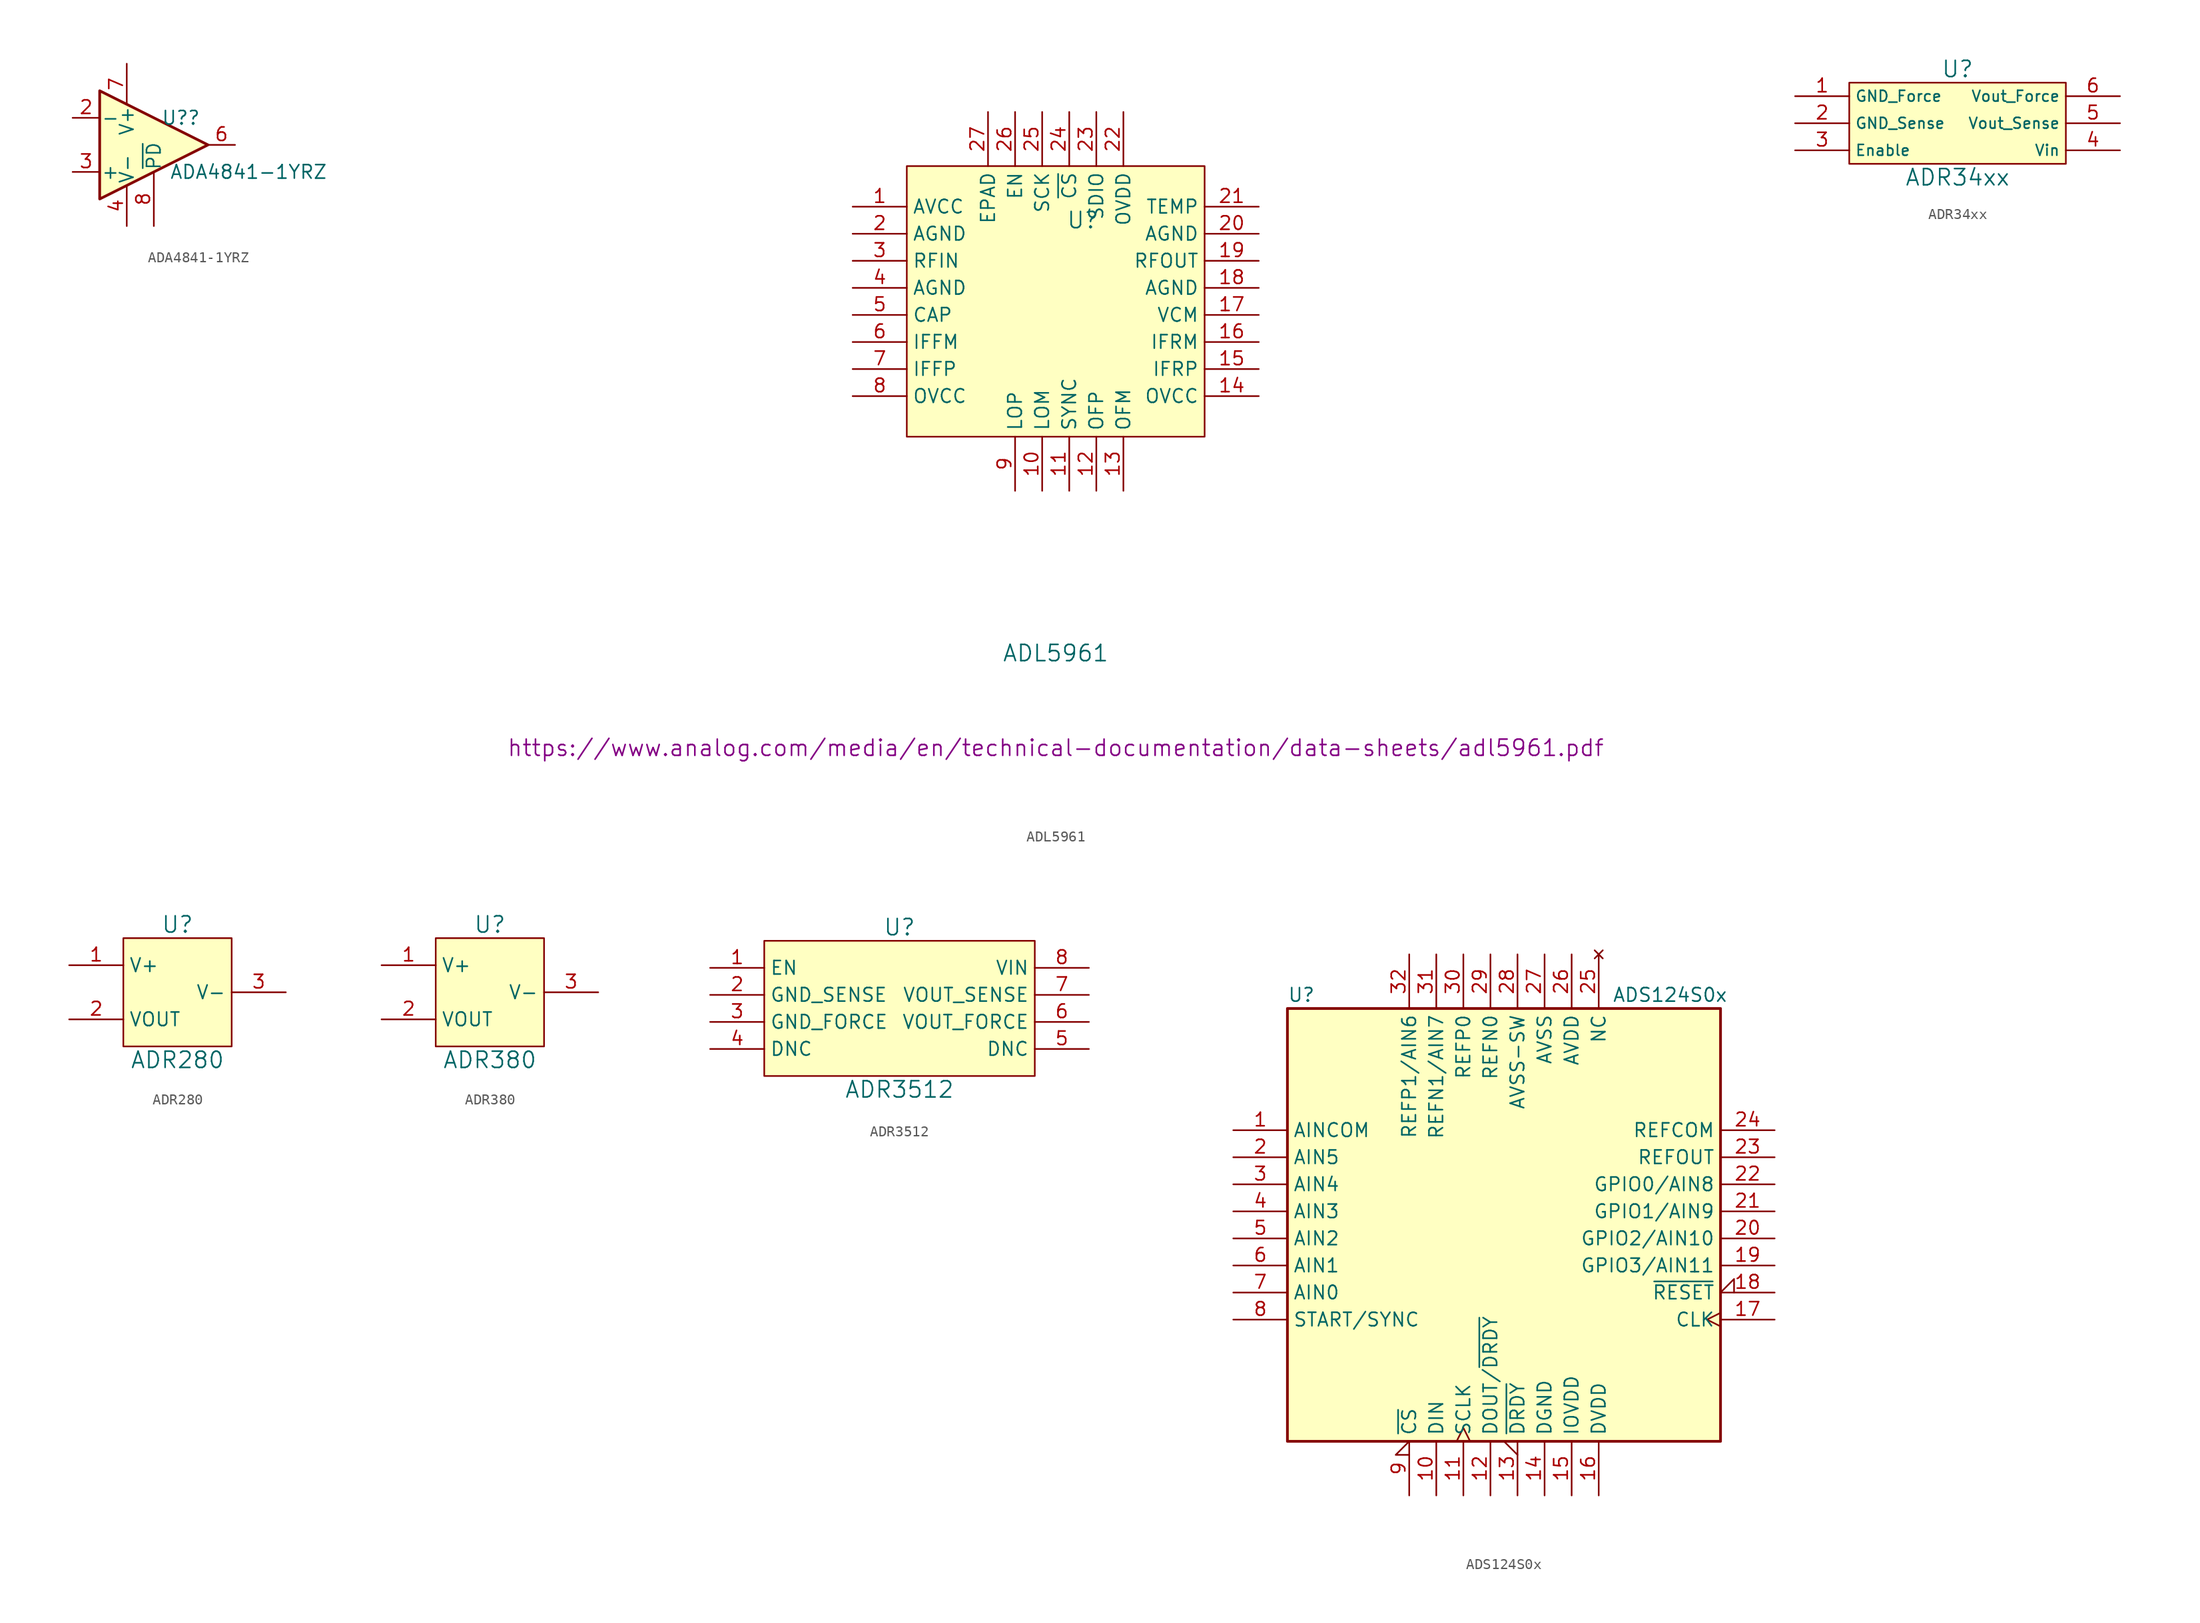
<source format=kicad_sym>
(kicad_symbol_lib
  (version 20241209)
  (generator "kicad_symbol_editor")
  (generator_version "9.0")
  (symbol "ADA4841-1YRZ"
    (pin_names
      (offset 0.127))
    (property "Reference" "U?"
      (at 2.54 2.54 0)
      (effects (font (size 1.27 1.27))))
    (property "Value" "ADA4841-1YRZ"
      (at 8.89 -2.54 0)
      (effects (font (size 1.27 1.27))))
    (symbol "ADA4841-1YRZ_1_1"
      (polyline (pts (xy -5.08 5.08) (xy 5.08 0) (xy -5.08 -5.08) (xy -5.08 5.08)) (stroke (width 0.254) (type default)) (fill (type background)))
      (pin input line (at -7.62 2.54 0) (length 2.54) (name "-" (effects (font (size 1.27 1.27)))) (number "2" (effects (font (size 1.27 1.27)))))
      (pin input line (at -7.62 -2.54 0) (length 2.54) (name "+" (effects (font (size 1.27 1.27)))) (number "3" (effects (font (size 1.27 1.27)))))
      (pin power_in line (at -2.54 7.62 270) (length 3.81) (name "V+" (effects (font (size 1.27 1.27)))) (number "7" (effects (font (size 1.27 1.27)))))
      (pin power_in line (at -2.54 -7.62 90) (length 3.81) (name "V-" (effects (font (size 1.27 1.27)))) (number "4" (effects (font (size 1.27 1.27)))))
      (pin input line (at 0 -7.62 90) (length 5.08) (name "~{PD}" (effects (font (size 1.27 1.27)))) (number "8" (effects (font (size 1.27 1.27)))))
      (pin output line (at 7.62 0 180) (length 2.54) (name "~" (effects (font (size 1.27 1.27)))) (number "6" (effects (font (size 1.27 1.27)))))
      (pin no_connect line (at 10.16 -5.08 0) (length 2.54) (hide yes) (name "1" (effects (font (size 1.27 1.27)))) (number "1" (effects (font (size 1.27 1.27)))))
      (pin no_connect line (at 10.16 -7.62 0) (length 2.54) (hide yes) (name "5" (effects (font (size 1.27 1.27)))) (number "5" (effects (font (size 1.27 1.27)))))))
  (symbol "ADL5961"
    (property "Reference" "U"
      (at 2.54 7.62 0)
      (effects (font (size 1.524 1.524))))
    (property "Value" "ADL5961"
      (at 0 -33.02 0)
      (effects (font (size 1.524 1.524))))
    (property "Footprint" ""
      (at 0 1.27 0)
      (effects (font (size 1.524 1.524))))
    (property "Datasheet" "https://www.analog.com/media/en/technical-documentation/data-sheets/adl5961.pdf"
      (at 0 -41.91 0)
      (effects (font (size 1.524 1.524))))
    (symbol "ADL5961_0_1"
      (rectangle (start -13.97 12.7) (end 13.97 -12.7) (stroke (width 0) (type default)) (fill (type background))))
    (symbol "ADL5961_1_0"
      (pin input line (at -3.81 -17.78 90) (length 5.08) (name "LOP" (effects (font (size 1.27 1.27)))) (number "9" (effects (font (size 1.27 1.27)))))
      (pin input line (at -1.27 -17.78 90) (length 5.08) (name "LOM" (effects (font (size 1.27 1.27)))) (number "10" (effects (font (size 1.27 1.27)))))
      (pin input line (at 1.27 -17.78 90) (length 5.08) (name "SYNC" (effects (font (size 1.27 1.27)))) (number "11" (effects (font (size 1.27 1.27)))))
      (pin input line (at 3.81 -17.78 90) (length 5.08) (name "OFP" (effects (font (size 1.27 1.27)))) (number "12" (effects (font (size 1.27 1.27)))))
      (pin input line (at 6.35 -17.78 90) (length 5.08) (name "OFM" (effects (font (size 1.27 1.27)))) (number "13" (effects (font (size 1.27 1.27))))))
    (symbol "ADL5961_1_1"
      (pin power_in line (at -19.05 8.89 0) (length 5.08) (name "AVCC" (effects (font (size 1.27 1.27)))) (number "1" (effects (font (size 1.27 1.27)))))
      (pin power_in line (at -19.05 6.35 0) (length 5.08) (name "AGND" (effects (font (size 1.27 1.27)))) (number "2" (effects (font (size 1.27 1.27)))))
      (pin input line (at -19.05 3.81 0) (length 5.08) (name "RFIN" (effects (font (size 1.27 1.27)))) (number "3" (effects (font (size 1.27 1.27)))))
      (pin power_in line (at -19.05 1.27 0) (length 5.08) (name "AGND" (effects (font (size 1.27 1.27)))) (number "4" (effects (font (size 1.27 1.27)))))
      (pin passive line (at -19.05 -1.27 0) (length 5.08) (name "CAP" (effects (font (size 1.27 1.27)))) (number "5" (effects (font (size 1.27 1.27)))))
      (pin output line (at -19.05 -3.81 0) (length 5.08) (name "IFFM" (effects (font (size 1.27 1.27)))) (number "6" (effects (font (size 1.27 1.27)))))
      (pin output line (at -19.05 -6.35 0) (length 5.08) (name "IFFP" (effects (font (size 1.27 1.27)))) (number "7" (effects (font (size 1.27 1.27)))))
      (pin power_in line (at -19.05 -8.89 0) (length 5.08) (name "OVCC" (effects (font (size 1.27 1.27)))) (number "8" (effects (font (size 1.27 1.27)))))
      (pin power_in line (at -6.35 17.78 270) (length 5.08) (name "EPAD" (effects (font (size 1.27 1.27)))) (number "27" (effects (font (size 1.27 1.27)))))
      (pin input line (at -3.81 17.78 270) (length 5.08) (name "EN" (effects (font (size 1.27 1.27)))) (number "26" (effects (font (size 1.27 1.27)))))
      (pin input line (at -1.27 17.78 270) (length 5.08) (name "SCK" (effects (font (size 1.27 1.27)))) (number "25" (effects (font (size 1.27 1.27)))))
      (pin input line (at 1.27 17.78 270) (length 5.08) (name "~{CS}" (effects (font (size 1.27 1.27)))) (number "24" (effects (font (size 1.27 1.27)))))
      (pin bidirectional line (at 3.81 17.78 270) (length 5.08) (name "SDIO" (effects (font (size 1.27 1.27)))) (number "23" (effects (font (size 1.27 1.27)))))
      (pin power_in line (at 6.35 17.78 270) (length 5.08) (name "OVDD" (effects (font (size 1.27 1.27)))) (number "22" (effects (font (size 1.27 1.27)))))
      (pin input line (at 19.05 8.89 180) (length 5.08) (name "TEMP" (effects (font (size 1.27 1.27)))) (number "21" (effects (font (size 1.27 1.27)))))
      (pin power_in line (at 19.05 6.35 180) (length 5.08) (name "AGND" (effects (font (size 1.27 1.27)))) (number "20" (effects (font (size 1.27 1.27)))))
      (pin output line (at 19.05 3.81 180) (length 5.08) (name "RFOUT" (effects (font (size 1.27 1.27)))) (number "19" (effects (font (size 1.27 1.27)))))
      (pin power_in line (at 19.05 1.27 180) (length 5.08) (name "AGND" (effects (font (size 1.27 1.27)))) (number "18" (effects (font (size 1.27 1.27)))))
      (pin bidirectional line (at 19.05 -1.27 180) (length 5.08) (name "VCM" (effects (font (size 1.27 1.27)))) (number "17" (effects (font (size 1.27 1.27)))))
      (pin output line (at 19.05 -3.81 180) (length 5.08) (name "IFRM" (effects (font (size 1.27 1.27)))) (number "16" (effects (font (size 1.27 1.27)))))
      (pin output line (at 19.05 -6.35 180) (length 5.08) (name "IFRP" (effects (font (size 1.27 1.27)))) (number "15" (effects (font (size 1.27 1.27)))))
      (pin power_in line (at 19.05 -8.89 180) (length 5.08) (name "OVCC" (effects (font (size 1.27 1.27)))) (number "14" (effects (font (size 1.27 1.27)))))))
  (symbol "ADR34xx"
    (property "Reference" "U"
      (at 0 5.08 0)
      (effects (font (size 1.524 1.524))))
    (property "Value" "ADR34xx"
      (at 0 -5.08 0)
      (effects (font (size 1.524 1.524))))
    (property "Footprint" ""
      (at 0 0 0)
      (effects (font (size 1.524 1.524))))
    (property "Datasheet" ""
      (at 0 0 0)
      (effects (font (size 1.524 1.524))))
    (symbol "ADR34xx_0_1"
      (rectangle (start -10.16 3.81) (end 10.16 -3.81) (stroke (width 0) (type default)) (fill (type background))))
    (symbol "ADR34xx_1_1"
      (pin input line (at -15.24 2.54 0) (length 5.08) (name "GND_Force" (effects (font (size 1.016 1.016)))) (number "1" (effects (font (size 1.27 1.27)))))
      (pin power_in line (at -15.24 0 0) (length 5.08) (name "GND_Sense" (effects (font (size 1.016 1.016)))) (number "2" (effects (font (size 1.27 1.27)))))
      (pin input line (at -15.24 -2.54 0) (length 5.08) (name "Enable" (effects (font (size 1.016 1.016)))) (number "3" (effects (font (size 1.27 1.27)))))
      (pin output line (at 15.24 2.54 180) (length 5.08) (name "Vout_Force" (effects (font (size 1.016 1.016)))) (number "6" (effects (font (size 1.27 1.27)))))
      (pin input line (at 15.24 0 180) (length 5.08) (name "Vout_Sense" (effects (font (size 1.016 1.016)))) (number "5" (effects (font (size 1.27 1.27)))))
      (pin power_in line (at 15.24 -2.54 180) (length 5.08) (name "Vin" (effects (font (size 1.016 1.016)))) (number "4" (effects (font (size 1.27 1.27)))))))
  (symbol "ADR280"
    (property "Reference" "U"
      (at 0 6.35 0)
      (effects (font (size 1.524 1.524))))
    (property "Value" "ADR280"
      (at 0 -6.35 0)
      (effects (font (size 1.524 1.524))))
    (property "Footprint" ""
      (at 0 0 0)
      (effects (font (size 1.524 1.524))))
    (property "Datasheet" ""
      (at 0 0 0)
      (effects (font (size 1.524 1.524))))
    (symbol "ADR280_0_1"
      (rectangle (start -5.08 5.08) (end 5.08 -5.08) (stroke (width 0) (type default)) (fill (type background))))
    (symbol "ADR280_1_1"
      (pin input line (at -10.16 2.54 0) (length 5.08) (name "V+" (effects (font (size 1.27 1.27)))) (number "1" (effects (font (size 1.27 1.27)))))
      (pin input line (at -10.16 -2.54 0) (length 5.08) (name "VOUT" (effects (font (size 1.27 1.27)))) (number "2" (effects (font (size 1.27 1.27)))))
      (pin input line (at 10.16 0 180) (length 5.08) (name "V-" (effects (font (size 1.27 1.27)))) (number "3" (effects (font (size 1.27 1.27)))))))
  (symbol "ADR380"
    (property "Reference" "U"
      (at 0 6.35 0)
      (effects (font (size 1.524 1.524))))
    (property "Value" "ADR380"
      (at 0 -6.35 0)
      (effects (font (size 1.524 1.524))))
    (property "Footprint" ""
      (at 0 0 0)
      (effects (font (size 1.524 1.524))))
    (property "Datasheet" ""
      (at 0 0 0)
      (effects (font (size 1.524 1.524))))
    (symbol "ADR380_0_1"
      (rectangle (start -5.08 5.08) (end 5.08 -5.08) (stroke (width 0) (type default)) (fill (type background))))
    (symbol "ADR380_1_1"
      (pin input line (at -10.16 2.54 0) (length 5.08) (name "V+" (effects (font (size 1.27 1.27)))) (number "1" (effects (font (size 1.27 1.27)))))
      (pin input line (at -10.16 -2.54 0) (length 5.08) (name "VOUT" (effects (font (size 1.27 1.27)))) (number "2" (effects (font (size 1.27 1.27)))))
      (pin input line (at 10.16 0 180) (length 5.08) (name "V-" (effects (font (size 1.27 1.27)))) (number "3" (effects (font (size 1.27 1.27)))))))
  (symbol "ADR3512"
    (property "Reference" "U"
      (at 0 7.62 0)
      (effects (font (size 1.524 1.524))))
    (property "Value" "ADR3512"
      (at 0 -7.62 0)
      (effects (font (size 1.524 1.524))))
    (symbol "ADR3512_0_1"
      (rectangle (start 12.7 -6.35) (end -12.7 6.35) (stroke (width 0) (type default)) (fill (type background))))
    (symbol "ADR3512_1_1"
      (pin input line (at -17.78 3.81 0) (length 5.08) (name "EN" (effects (font (size 1.27 1.27)))) (number "1" (effects (font (size 1.27 1.27)))))
      (pin input line (at -17.78 1.27 0) (length 5.08) (name "GND_SENSE" (effects (font (size 1.27 1.27)))) (number "2" (effects (font (size 1.27 1.27)))))
      (pin input line (at -17.78 -1.27 0) (length 5.08) (name "GND_FORCE" (effects (font (size 1.27 1.27)))) (number "3" (effects (font (size 1.27 1.27)))))
      (pin input line (at -17.78 -3.81 0) (length 5.08) (name "DNC" (effects (font (size 1.27 1.27)))) (number "4" (effects (font (size 1.27 1.27)))))
      (pin input line (at 17.78 3.81 180) (length 5.08) (name "VIN" (effects (font (size 1.27 1.27)))) (number "8" (effects (font (size 1.27 1.27)))))
      (pin input line (at 17.78 1.27 180) (length 5.08) (name "VOUT_SENSE" (effects (font (size 1.27 1.27)))) (number "7" (effects (font (size 1.27 1.27)))))
      (pin input line (at 17.78 -1.27 180) (length 5.08) (name "VOUT_FORCE" (effects (font (size 1.27 1.27)))) (number "6" (effects (font (size 1.27 1.27)))))
      (pin input line (at 17.78 -3.81 180) (length 5.08) (name "DNC" (effects (font (size 1.27 1.27)))) (number "5" (effects (font (size 1.27 1.27)))))))
  (symbol "ADS124S0x"
    (property "Reference" "U"
      (at -20.32 21.59 0)
      (effects (font (size 1.27 1.27)) (justify left)))
    (property "Value" "ADS124S0x"
      (at 10.16 21.59 0)
      (effects (font (size 1.27 1.27)) (justify left)))
    (symbol "ADS124S0x_0_1"
      (rectangle (start -20.32 20.32) (end 20.32 -20.32) (stroke (width 0.254) (type default)) (fill (type background))))
    (symbol "ADS124S0x_1_1"
      (pin input line (at -25.4 8.89 0) (length 5.08) (name "AINCOM" (effects (font (size 1.27 1.27)))) (number "1" (effects (font (size 1.27 1.27)))))
      (pin input line (at -25.4 6.35 0) (length 5.08) (name "AIN5" (effects (font (size 1.27 1.27)))) (number "2" (effects (font (size 1.27 1.27)))))
      (pin input line (at -25.4 3.81 0) (length 5.08) (name "AIN4" (effects (font (size 1.27 1.27)))) (number "3" (effects (font (size 1.27 1.27)))))
      (pin input line (at -25.4 1.27 0) (length 5.08) (name "AIN3" (effects (font (size 1.27 1.27)))) (number "4" (effects (font (size 1.27 1.27)))))
      (pin input line (at -25.4 -1.27 0) (length 5.08) (name "AIN2" (effects (font (size 1.27 1.27)))) (number "5" (effects (font (size 1.27 1.27)))))
      (pin input line (at -25.4 -3.81 0) (length 5.08) (name "AIN1" (effects (font (size 1.27 1.27)))) (number "6" (effects (font (size 1.27 1.27)))))
      (pin input line (at -25.4 -6.35 0) (length 5.08) (name "AIN0" (effects (font (size 1.27 1.27)))) (number "7" (effects (font (size 1.27 1.27)))))
      (pin input line (at -25.4 -8.89 0) (length 5.08) (name "START/SYNC" (effects (font (size 1.27 1.27)))) (number "8" (effects (font (size 1.27 1.27)))))
      (pin input line (at -8.89 25.4 270) (length 5.08) (name "REFP1/AIN6" (effects (font (size 1.27 1.27)))) (number "32" (effects (font (size 1.27 1.27)))))
      (pin input input_low (at -8.89 -25.4 90) (length 5.08) (name "~{CS}" (effects (font (size 1.27 1.27)))) (number "9" (effects (font (size 1.27 1.27)))))
      (pin input line (at -6.35 25.4 270) (length 5.08) (name "REFN1/AIN7" (effects (font (size 1.27 1.27)))) (number "31" (effects (font (size 1.27 1.27)))))
      (pin input line (at -6.35 -25.4 90) (length 5.08) (name "DIN" (effects (font (size 1.27 1.27)))) (number "10" (effects (font (size 1.27 1.27)))))
      (pin input line (at -3.81 25.4 270) (length 5.08) (name "REFP0" (effects (font (size 1.27 1.27)))) (number "30" (effects (font (size 1.27 1.27)))))
      (pin input clock (at -3.81 -25.4 90) (length 5.08) (name "SCLK" (effects (font (size 1.27 1.27)))) (number "11" (effects (font (size 1.27 1.27)))))
      (pin input line (at -1.27 25.4 270) (length 5.08) (name "REFN0" (effects (font (size 1.27 1.27)))) (number "29" (effects (font (size 1.27 1.27)))))
      (pin output line (at -1.27 -25.4 90) (length 5.08) (name "DOUT/~{DRDY}" (effects (font (size 1.27 1.27)))) (number "12" (effects (font (size 1.27 1.27)))))
      (pin power_in line (at 1.27 25.4 270) (length 5.08) (name "AVSS-SW" (effects (font (size 1.27 1.27)))) (number "28" (effects (font (size 1.27 1.27)))))
      (pin output output_low (at 1.27 -25.4 90) (length 5.08) (name "~{DRDY}" (effects (font (size 1.27 1.27)))) (number "13" (effects (font (size 1.27 1.27)))))
      (pin power_in line (at 3.81 25.4 270) (length 5.08) (name "AVSS" (effects (font (size 1.27 1.27)))) (number "27" (effects (font (size 1.27 1.27)))))
      (pin power_in line (at 3.81 -25.4 90) (length 5.08) (name "DGND" (effects (font (size 1.27 1.27)))) (number "14" (effects (font (size 1.27 1.27)))))
      (pin power_in line (at 6.35 25.4 270) (length 5.08) (name "AVDD" (effects (font (size 1.27 1.27)))) (number "26" (effects (font (size 1.27 1.27)))))
      (pin power_in line (at 6.35 -25.4 90) (length 5.08) (name "IOVDD" (effects (font (size 1.27 1.27)))) (number "15" (effects (font (size 1.27 1.27)))))
      (pin no_connect line (at 8.89 25.4 270) (length 5.08) (name "NC" (effects (font (size 1.27 1.27)))) (number "25" (effects (font (size 1.27 1.27)))))
      (pin power_in line (at 8.89 -25.4 90) (length 5.08) (name "DVDD" (effects (font (size 1.27 1.27)))) (number "16" (effects (font (size 1.27 1.27)))))
      (pin input line (at 25.4 8.89 180) (length 5.08) (name "REFCOM" (effects (font (size 1.27 1.27)))) (number "24" (effects (font (size 1.27 1.27)))))
      (pin output line (at 25.4 6.35 180) (length 5.08) (name "REFOUT" (effects (font (size 1.27 1.27)))) (number "23" (effects (font (size 1.27 1.27)))))
      (pin bidirectional line (at 25.4 3.81 180) (length 5.08) (name "GPIO0/AIN8" (effects (font (size 1.27 1.27)))) (number "22" (effects (font (size 1.27 1.27)))))
      (pin bidirectional line (at 25.4 1.27 180) (length 5.08) (name "GPIO1/AIN9" (effects (font (size 1.27 1.27)))) (number "21" (effects (font (size 1.27 1.27)))))
      (pin bidirectional line (at 25.4 -1.27 180) (length 5.08) (name "GPIO2/AIN10" (effects (font (size 1.27 1.27)))) (number "20" (effects (font (size 1.27 1.27)))))
      (pin bidirectional line (at 25.4 -3.81 180) (length 5.08) (name "GPIO3/AIN11" (effects (font (size 1.27 1.27)))) (number "19" (effects (font (size 1.27 1.27)))))
      (pin input input_low (at 25.4 -6.35 180) (length 5.08) (name "~{RESET}" (effects (font (size 1.27 1.27)))) (number "18" (effects (font (size 1.27 1.27)))))
      (pin input clock (at 25.4 -8.89 180) (length 5.08) (name "CLK" (effects (font (size 1.27 1.27)))) (number "17" (effects (font (size 1.27 1.27))))))))
</source>
